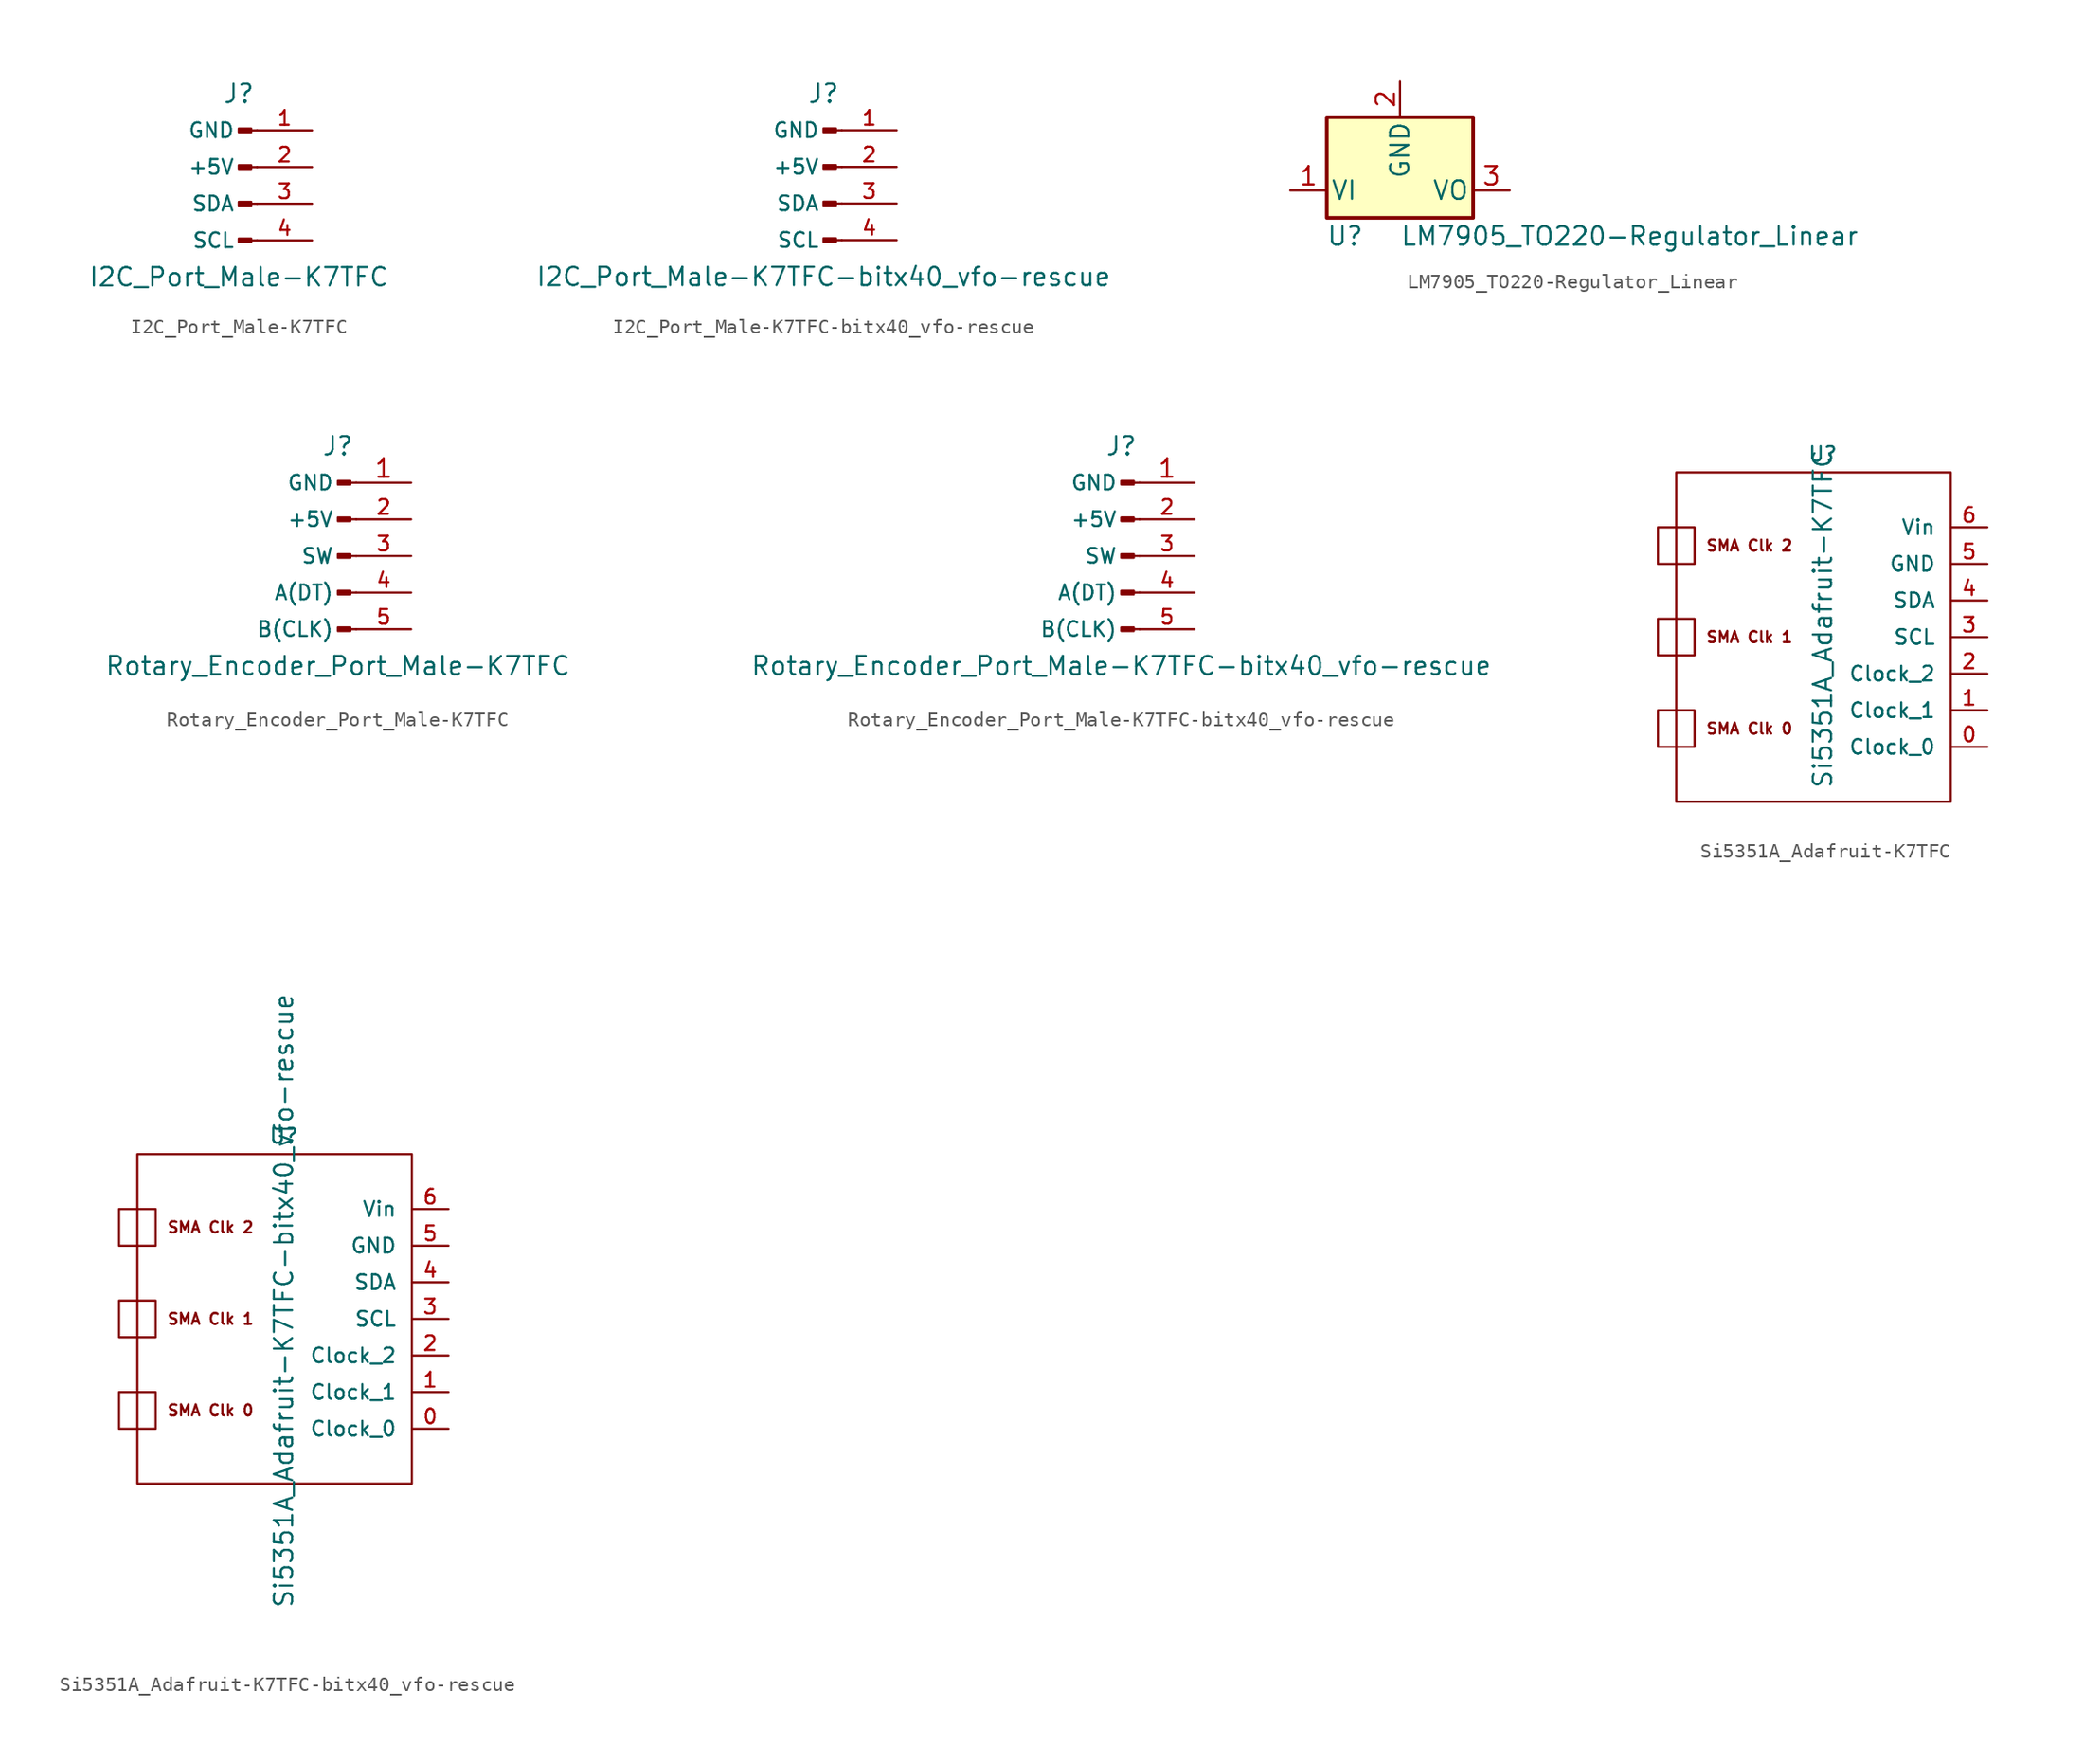
<source format=kicad_sym>
(kicad_symbol_lib
  (version 20211014)
  (generator kicad_symbol_editor)
  (symbol "I2C_Port_Male-K7TFC"
    (pin_names
      (offset 1.524))
    (property "Reference" "J"
      (at 0 5.08 0)
      (effects (font (size 1.27 1.27))))
    (property "Value" "I2C_Port_Male-K7TFC"
      (at 0 -7.62 0)
      (effects (font (size 1.27 1.27))))
    (symbol "I2C_Port_Male-K7TFC_1_1"
      (polyline (pts (xy 1.27 -5.08) (xy 0.864 -5.08)) (stroke (width 0.152) (type default) (color 0 0 0 0)) (fill (type none)))
      (polyline (pts (xy 1.27 -2.54) (xy 0.864 -2.54)) (stroke (width 0.152) (type default) (color 0 0 0 0)) (fill (type none)))
      (polyline (pts (xy 1.27 0) (xy 0.864 0)) (stroke (width 0.152) (type default) (color 0 0 0 0)) (fill (type none)))
      (polyline (pts (xy 1.27 2.54) (xy 0.864 2.54)) (stroke (width 0.152) (type default) (color 0 0 0 0)) (fill (type none)))
      (rectangle (start 0.864 -4.953) (end 0 -5.207) (stroke (width 0.152) (type default) (color 0 0 0 0)) (fill (type outline)))
      (rectangle (start 0.864 -2.413) (end 0 -2.667) (stroke (width 0.152) (type default) (color 0 0 0 0)) (fill (type outline)))
      (rectangle (start 0.864 0.127) (end 0 -0.127) (stroke (width 0.152) (type default) (color 0 0 0 0)) (fill (type outline)))
      (rectangle (start 0.864 2.667) (end 0 2.413) (stroke (width 0.152) (type default) (color 0 0 0 0)) (fill (type outline)))
      (pin passive line (at 5.08 2.54 180) (length 3.81) (name "GND" (effects (font (size 1.016 1.016)))) (number "1" (effects (font (size 1.016 1.016)))))
      (pin passive line (at 5.08 0 180) (length 3.81) (name "+5V" (effects (font (size 1.016 1.016)))) (number "2" (effects (font (size 1.016 1.016)))))
      (pin passive line (at 5.08 -2.54 180) (length 3.81) (name "SDA" (effects (font (size 1.016 1.016)))) (number "3" (effects (font (size 1.016 1.016)))))
      (pin passive line (at 5.08 -5.08 180) (length 3.81) (name "SCL" (effects (font (size 1.016 1.016)))) (number "4" (effects (font (size 1.016 1.016)))))))
  (symbol "I2C_Port_Male-K7TFC-bitx40_vfo-rescue"
    (pin_names
      (offset 1.524))
    (property "Reference" "J"
      (at 0 5.08 0)
      (effects (font (size 1.27 1.27))))
    (property "Value" "I2C_Port_Male-K7TFC-bitx40_vfo-rescue"
      (at 0 -7.62 0)
      (effects (font (size 1.27 1.27))))
    (symbol "I2C_Port_Male-K7TFC-bitx40_vfo-rescue_1_1"
      (polyline (pts (xy 1.27 -5.08) (xy 0.864 -5.08)) (stroke (width 0.152) (type default) (color 0 0 0 0)) (fill (type none)))
      (polyline (pts (xy 1.27 -2.54) (xy 0.864 -2.54)) (stroke (width 0.152) (type default) (color 0 0 0 0)) (fill (type none)))
      (polyline (pts (xy 1.27 0) (xy 0.864 0)) (stroke (width 0.152) (type default) (color 0 0 0 0)) (fill (type none)))
      (polyline (pts (xy 1.27 2.54) (xy 0.864 2.54)) (stroke (width 0.152) (type default) (color 0 0 0 0)) (fill (type none)))
      (rectangle (start 0.864 -4.953) (end 0 -5.207) (stroke (width 0.152) (type default) (color 0 0 0 0)) (fill (type outline)))
      (rectangle (start 0.864 -2.413) (end 0 -2.667) (stroke (width 0.152) (type default) (color 0 0 0 0)) (fill (type outline)))
      (rectangle (start 0.864 0.127) (end 0 -0.127) (stroke (width 0.152) (type default) (color 0 0 0 0)) (fill (type outline)))
      (rectangle (start 0.864 2.667) (end 0 2.413) (stroke (width 0.152) (type default) (color 0 0 0 0)) (fill (type outline)))
      (pin passive line (at 5.08 2.54 180) (length 3.81) (name "GND" (effects (font (size 1.016 1.016)))) (number "1" (effects (font (size 1.016 1.016)))))
      (pin passive line (at 5.08 0 180) (length 3.81) (name "+5V" (effects (font (size 1.016 1.016)))) (number "2" (effects (font (size 1.016 1.016)))))
      (pin passive line (at 5.08 -2.54 180) (length 3.81) (name "SDA" (effects (font (size 1.016 1.016)))) (number "3" (effects (font (size 1.016 1.016)))))
      (pin passive line (at 5.08 -5.08 180) (length 3.81) (name "SCL" (effects (font (size 1.016 1.016)))) (number "4" (effects (font (size 1.016 1.016)))))))
  (symbol "LM7905_TO220-Regulator_Linear"
    (pin_names
      (offset 0.254))
    (property "Reference" "U"
      (at -3.81 -3.175 0)
      (effects (font (size 1.27 1.27))))
    (property "Value" "LM7905_TO220-Regulator_Linear"
      (at 0 -3.175 0)
      (effects (font (size 1.27 1.27)) (justify left)))
    (symbol "LM7905_TO220-Regulator_Linear_0_1"
      (rectangle (start -5.08 5.08) (end 5.08 -1.905) (stroke (width 0.254) (type default) (color 0 0 0 0)) (fill (type background))))
    (symbol "LM7905_TO220-Regulator_Linear_1_1"
      (pin power_in line (at -7.62 0 0) (length 2.54) (name "VI" (effects (font (size 1.27 1.27)))) (number "1" (effects (font (size 1.27 1.27)))))
      (pin power_in line (at 0 7.62 270) (length 2.54) (name "GND" (effects (font (size 1.27 1.27)))) (number "2" (effects (font (size 1.27 1.27)))))
      (pin power_out line (at 7.62 0 180) (length 2.54) (name "VO" (effects (font (size 1.27 1.27)))) (number "3" (effects (font (size 1.27 1.27)))))))
  (symbol "Rotary_Encoder_Port_Male-K7TFC"
    (pin_names
      (offset 1.524))
    (property "Reference" "J"
      (at 0 7.62 0)
      (effects (font (size 1.27 1.27))))
    (property "Value" "Rotary_Encoder_Port_Male-K7TFC"
      (at 0 -7.62 0)
      (effects (font (size 1.27 1.27))))
    (symbol "Rotary_Encoder_Port_Male-K7TFC_1_1"
      (polyline (pts (xy 1.27 -5.08) (xy 0.864 -5.08)) (stroke (width 0.152) (type default) (color 0 0 0 0)) (fill (type none)))
      (polyline (pts (xy 1.27 -2.54) (xy 0.864 -2.54)) (stroke (width 0.152) (type default) (color 0 0 0 0)) (fill (type none)))
      (polyline (pts (xy 1.27 0) (xy 0.864 0)) (stroke (width 0.152) (type default) (color 0 0 0 0)) (fill (type none)))
      (polyline (pts (xy 1.27 2.54) (xy 0.864 2.54)) (stroke (width 0.152) (type default) (color 0 0 0 0)) (fill (type none)))
      (polyline (pts (xy 1.27 5.08) (xy 0.864 5.08)) (stroke (width 0.152) (type default) (color 0 0 0 0)) (fill (type none)))
      (rectangle (start 0.864 -4.953) (end 0 -5.207) (stroke (width 0.152) (type default) (color 0 0 0 0)) (fill (type outline)))
      (rectangle (start 0.864 -2.413) (end 0 -2.667) (stroke (width 0.152) (type default) (color 0 0 0 0)) (fill (type outline)))
      (rectangle (start 0.864 0.127) (end 0 -0.127) (stroke (width 0.152) (type default) (color 0 0 0 0)) (fill (type outline)))
      (rectangle (start 0.864 2.667) (end 0 2.413) (stroke (width 0.152) (type default) (color 0 0 0 0)) (fill (type outline)))
      (rectangle (start 0.864 5.207) (end 0 4.953) (stroke (width 0.152) (type default) (color 0 0 0 0)) (fill (type outline)))
      (pin passive line (at 5.08 5.08 180) (length 3.81) (name "GND" (effects (font (size 1.016 1.016)))) (number "1" (effects (font (size 1.27 1.27)))))
      (pin passive line (at 5.08 2.54 180) (length 3.81) (name "+5V" (effects (font (size 1.016 1.016)))) (number "2" (effects (font (size 1.016 1.016)))))
      (pin passive line (at 5.08 0 180) (length 3.81) (name "SW" (effects (font (size 1.016 1.016)))) (number "3" (effects (font (size 1.016 1.016)))))
      (pin passive line (at 5.08 -2.54 180) (length 3.81) (name "A(DT)" (effects (font (size 1.016 1.016)))) (number "4" (effects (font (size 1.016 1.016)))))
      (pin passive line (at 5.08 -5.08 180) (length 3.81) (name "B(CLK)" (effects (font (size 1.016 1.016)))) (number "5" (effects (font (size 1.016 1.016)))))))
  (symbol "Rotary_Encoder_Port_Male-K7TFC-bitx40_vfo-rescue"
    (pin_names
      (offset 1.524))
    (property "Reference" "J"
      (at 0 7.62 0)
      (effects (font (size 1.27 1.27))))
    (property "Value" "Rotary_Encoder_Port_Male-K7TFC-bitx40_vfo-rescue"
      (at 0 -7.62 0)
      (effects (font (size 1.27 1.27))))
    (symbol "Rotary_Encoder_Port_Male-K7TFC-bitx40_vfo-rescue_1_1"
      (polyline (pts (xy 1.27 -5.08) (xy 0.864 -5.08)) (stroke (width 0.152) (type default) (color 0 0 0 0)) (fill (type none)))
      (polyline (pts (xy 1.27 -2.54) (xy 0.864 -2.54)) (stroke (width 0.152) (type default) (color 0 0 0 0)) (fill (type none)))
      (polyline (pts (xy 1.27 0) (xy 0.864 0)) (stroke (width 0.152) (type default) (color 0 0 0 0)) (fill (type none)))
      (polyline (pts (xy 1.27 2.54) (xy 0.864 2.54)) (stroke (width 0.152) (type default) (color 0 0 0 0)) (fill (type none)))
      (polyline (pts (xy 1.27 5.08) (xy 0.864 5.08)) (stroke (width 0.152) (type default) (color 0 0 0 0)) (fill (type none)))
      (rectangle (start 0.864 -4.953) (end 0 -5.207) (stroke (width 0.152) (type default) (color 0 0 0 0)) (fill (type outline)))
      (rectangle (start 0.864 -2.413) (end 0 -2.667) (stroke (width 0.152) (type default) (color 0 0 0 0)) (fill (type outline)))
      (rectangle (start 0.864 0.127) (end 0 -0.127) (stroke (width 0.152) (type default) (color 0 0 0 0)) (fill (type outline)))
      (rectangle (start 0.864 2.667) (end 0 2.413) (stroke (width 0.152) (type default) (color 0 0 0 0)) (fill (type outline)))
      (rectangle (start 0.864 5.207) (end 0 4.953) (stroke (width 0.152) (type default) (color 0 0 0 0)) (fill (type outline)))
      (pin passive line (at 5.08 5.08 180) (length 3.81) (name "GND" (effects (font (size 1.016 1.016)))) (number "1" (effects (font (size 1.27 1.27)))))
      (pin passive line (at 5.08 2.54 180) (length 3.81) (name "+5V" (effects (font (size 1.016 1.016)))) (number "2" (effects (font (size 1.016 1.016)))))
      (pin passive line (at 5.08 0 180) (length 3.81) (name "SW" (effects (font (size 1.016 1.016)))) (number "3" (effects (font (size 1.016 1.016)))))
      (pin passive line (at 5.08 -2.54 180) (length 3.81) (name "A(DT)" (effects (font (size 1.016 1.016)))) (number "4" (effects (font (size 1.016 1.016)))))
      (pin passive line (at 5.08 -5.08 180) (length 3.81) (name "B(CLK)" (effects (font (size 1.016 1.016)))) (number "5" (effects (font (size 1.016 1.016)))))))
  (symbol "Si5351A_Adafruit-K7TFC"
    (pin_names
      (offset 1.016))
    (property "Reference" "U"
      (at 3.81 3.81 0)
      (effects (font (size 1.016 1.016))))
    (property "Value" "Si5351A_Adafruit-K7TFC"
      (at 3.81 -7.62 90)
      (effects (font (size 1.27 1.27))))
    (symbol "Si5351A_Adafruit-K7TFC_0_0"
      (text "SMA Clk 0" (at -1.27 -15.24 0) (effects (font (size 0.762 0.762))))
      (text "SMA Clk 1" (at -1.27 -8.89 0) (effects (font (size 0.762 0.762))))
      (text "SMA Clk 2" (at -1.27 -2.54 0) (effects (font (size 0.762 0.762)))))
    (symbol "Si5351A_Adafruit-K7TFC_0_1"
      (rectangle (start -7.62 -13.97) (end -5.08 -16.51) (stroke (width 0) (type default) (color 0 0 0 0)) (fill (type none)))
      (rectangle (start -7.62 -7.62) (end -5.08 -10.16) (stroke (width 0) (type default) (color 0 0 0 0)) (fill (type none)))
      (rectangle (start -5.08 -1.27) (end -7.62 -3.81) (stroke (width 0) (type default) (color 0 0 0 0)) (fill (type none)))
      (rectangle (start 12.7 2.54) (end -6.35 -20.32) (stroke (width 0) (type default) (color 0 0 0 0)) (fill (type none))))
    (symbol "Si5351A_Adafruit-K7TFC_1_1"
      (pin output line (at 15.24 -16.51 180) (length 2.54) (name "Clock_0" (effects (font (size 1.016 1.016)))) (number "0" (effects (font (size 1.016 1.016)))))
      (pin output line (at 15.24 -13.97 180) (length 2.54) (name "Clock_1" (effects (font (size 1.016 1.016)))) (number "1" (effects (font (size 1.016 1.016)))))
      (pin output line (at 15.24 -11.43 180) (length 2.54) (name "Clock_2" (effects (font (size 1.016 1.016)))) (number "2" (effects (font (size 1.016 1.016)))))
      (pin bidirectional line (at 15.24 -8.89 180) (length 2.54) (name "SCL" (effects (font (size 1.016 1.016)))) (number "3" (effects (font (size 1.016 1.016)))))
      (pin bidirectional line (at 15.24 -6.35 180) (length 2.54) (name "SDA" (effects (font (size 1.016 1.016)))) (number "4" (effects (font (size 1.016 1.016)))))
      (pin power_in line (at 15.24 -3.81 180) (length 2.54) (name "GND" (effects (font (size 1.016 1.016)))) (number "5" (effects (font (size 1.016 1.016)))))
      (pin power_in line (at 15.24 -1.27 180) (length 2.54) (name "Vin" (effects (font (size 1.016 1.016)))) (number "6" (effects (font (size 1.016 1.016)))))))
  (symbol "Si5351A_Adafruit-K7TFC-bitx40_vfo-rescue"
    (pin_names
      (offset 1.016))
    (property "Reference" "U"
      (at 3.81 3.81 0)
      (effects (font (size 1.016 1.016))))
    (property "Value" "Si5351A_Adafruit-K7TFC-bitx40_vfo-rescue"
      (at 3.81 -7.62 90)
      (effects (font (size 1.27 1.27))))
    (symbol "Si5351A_Adafruit-K7TFC-bitx40_vfo-rescue_0_0"
      (text "SMA Clk 0" (at -1.27 -15.24 0) (effects (font (size 0.762 0.762))))
      (text "SMA Clk 1" (at -1.27 -8.89 0) (effects (font (size 0.762 0.762))))
      (text "SMA Clk 2" (at -1.27 -2.54 0) (effects (font (size 0.762 0.762)))))
    (symbol "Si5351A_Adafruit-K7TFC-bitx40_vfo-rescue_0_1"
      (rectangle (start -7.62 -13.97) (end -5.08 -16.51) (stroke (width 0) (type default) (color 0 0 0 0)) (fill (type none)))
      (rectangle (start -7.62 -7.62) (end -5.08 -10.16) (stroke (width 0) (type default) (color 0 0 0 0)) (fill (type none)))
      (rectangle (start -5.08 -1.27) (end -7.62 -3.81) (stroke (width 0) (type default) (color 0 0 0 0)) (fill (type none)))
      (rectangle (start 12.7 2.54) (end -6.35 -20.32) (stroke (width 0) (type default) (color 0 0 0 0)) (fill (type none))))
    (symbol "Si5351A_Adafruit-K7TFC-bitx40_vfo-rescue_1_1"
      (pin output line (at 15.24 -16.51 180) (length 2.54) (name "Clock_0" (effects (font (size 1.016 1.016)))) (number "0" (effects (font (size 1.016 1.016)))))
      (pin output line (at 15.24 -13.97 180) (length 2.54) (name "Clock_1" (effects (font (size 1.016 1.016)))) (number "1" (effects (font (size 1.016 1.016)))))
      (pin output line (at 15.24 -11.43 180) (length 2.54) (name "Clock_2" (effects (font (size 1.016 1.016)))) (number "2" (effects (font (size 1.016 1.016)))))
      (pin bidirectional line (at 15.24 -8.89 180) (length 2.54) (name "SCL" (effects (font (size 1.016 1.016)))) (number "3" (effects (font (size 1.016 1.016)))))
      (pin bidirectional line (at 15.24 -6.35 180) (length 2.54) (name "SDA" (effects (font (size 1.016 1.016)))) (number "4" (effects (font (size 1.016 1.016)))))
      (pin power_in line (at 15.24 -3.81 180) (length 2.54) (name "GND" (effects (font (size 1.016 1.016)))) (number "5" (effects (font (size 1.016 1.016)))))
      (pin power_in line (at 15.24 -1.27 180) (length 2.54) (name "Vin" (effects (font (size 1.016 1.016)))) (number "6" (effects (font (size 1.016 1.016))))))))
</source>
